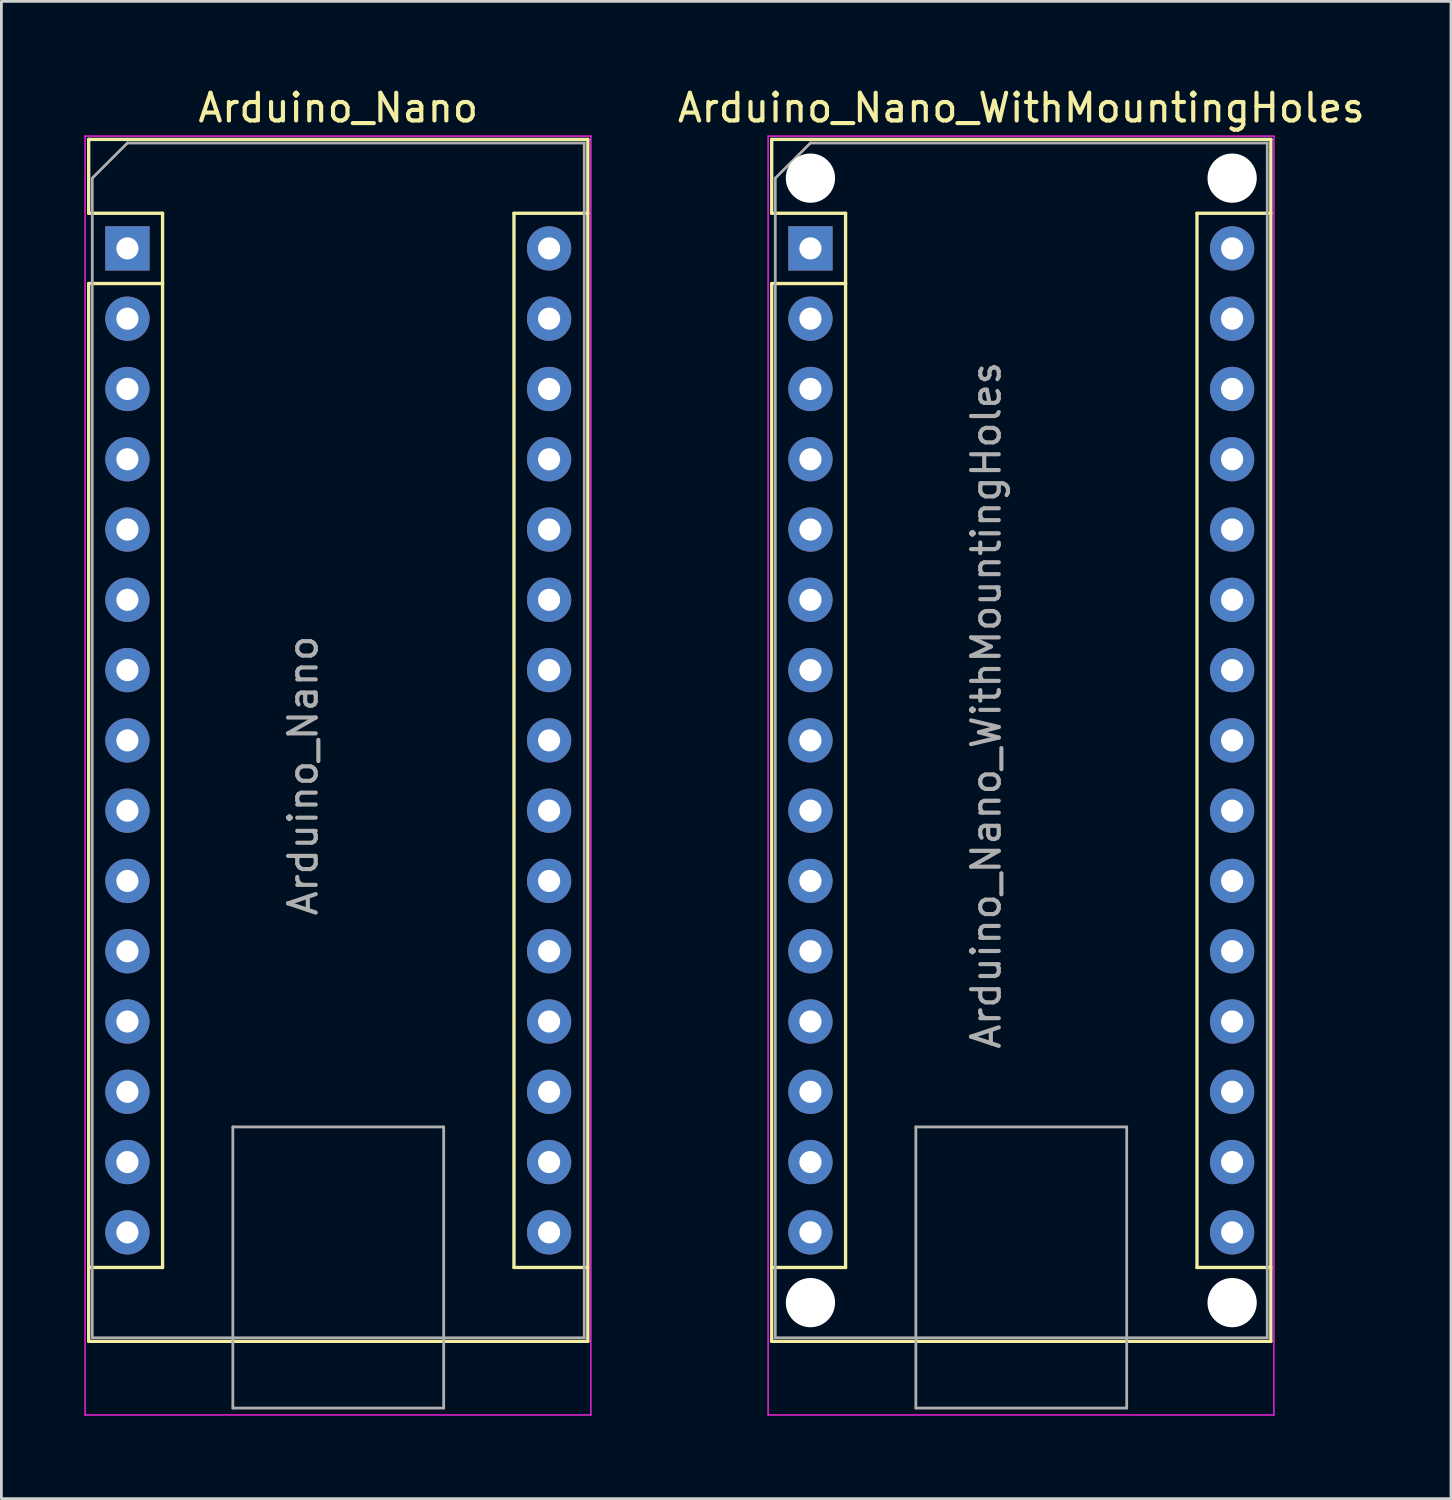
<source format=kicad_pcb>
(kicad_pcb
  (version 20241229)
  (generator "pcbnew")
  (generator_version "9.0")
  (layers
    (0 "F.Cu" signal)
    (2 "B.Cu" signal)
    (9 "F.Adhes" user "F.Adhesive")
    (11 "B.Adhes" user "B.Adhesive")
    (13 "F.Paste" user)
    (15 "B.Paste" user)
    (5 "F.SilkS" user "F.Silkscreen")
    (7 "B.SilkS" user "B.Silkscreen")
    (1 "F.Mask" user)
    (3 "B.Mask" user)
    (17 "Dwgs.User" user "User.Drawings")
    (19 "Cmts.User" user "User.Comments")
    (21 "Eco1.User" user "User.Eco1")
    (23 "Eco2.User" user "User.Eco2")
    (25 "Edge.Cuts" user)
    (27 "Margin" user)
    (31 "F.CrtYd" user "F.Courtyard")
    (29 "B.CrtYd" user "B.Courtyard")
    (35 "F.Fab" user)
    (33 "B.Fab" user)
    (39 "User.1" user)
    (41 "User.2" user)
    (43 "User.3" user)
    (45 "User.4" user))
  (footprint "Arduino_Nano"
    (layer "F.Cu")
    (at 1.555 5.928)
    (property "Reference" "Arduino_Nano" (at 7.62 -5.08 0) (layer "F.SilkS") (effects (font (size 1 1) (thickness 0.15))))
    (attr through_hole)
    (fp_line (start -1.4 -3.94) (end -1.4 -1.27) (stroke (width 0.12) (type solid)) (layer "F.SilkS"))
    (fp_line (start -1.4 1.27) (end -1.4 39.5) (stroke (width 0.12) (type solid)) (layer "F.SilkS"))
    (fp_line (start -1.4 39.5) (end 16.64 39.5) (stroke (width 0.12) (type solid)) (layer "F.SilkS"))
    (fp_line (start 1.27 -1.27) (end -1.4 -1.27) (stroke (width 0.12) (type solid)) (layer "F.SilkS"))
    (fp_line (start 1.27 1.27) (end -1.4 1.27) (stroke (width 0.12) (type solid)) (layer "F.SilkS"))
    (fp_line (start 1.27 1.27) (end 1.27 -1.27) (stroke (width 0.12) (type solid)) (layer "F.SilkS"))
    (fp_line (start 1.27 1.27) (end 1.27 36.83) (stroke (width 0.12) (type solid)) (layer "F.SilkS"))
    (fp_line (start 1.27 36.83) (end -1.4 36.83) (stroke (width 0.12) (type solid)) (layer "F.SilkS"))
    (fp_line (start 13.97 -1.27) (end 13.97 36.83) (stroke (width 0.12) (type solid)) (layer "F.SilkS"))
    (fp_line (start 13.97 -1.27) (end 16.64 -1.27) (stroke (width 0.12) (type solid)) (layer "F.SilkS"))
    (fp_line (start 13.97 36.83) (end 16.64 36.83) (stroke (width 0.12) (type solid)) (layer "F.SilkS"))
    (fp_line (start 16.64 -3.94) (end -1.4 -3.94) (stroke (width 0.12) (type solid)) (layer "F.SilkS"))
    (fp_line (start 16.64 39.5) (end 16.64 -3.94) (stroke (width 0.12) (type solid)) (layer "F.SilkS"))
    (fp_line (start -1.53 -4.06) (end -1.53 42.16) (stroke (width 0.05) (type solid)) (layer "F.CrtYd"))
    (fp_line (start -1.53 -4.06) (end 16.75 -4.06) (stroke (width 0.05) (type solid)) (layer "F.CrtYd"))
    (fp_line (start 16.75 42.16) (end -1.53 42.16) (stroke (width 0.05) (type solid)) (layer "F.CrtYd"))
    (fp_line (start 16.75 42.16) (end 16.75 -4.06) (stroke (width 0.05) (type solid)) (layer "F.CrtYd"))
    (fp_line (start -1.27 -2.54) (end 0 -3.81) (stroke (width 0.1) (type solid)) (layer "F.Fab"))
    (fp_line (start -1.27 39.37) (end -1.27 -2.54) (stroke (width 0.1) (type solid)) (layer "F.Fab"))
    (fp_line (start 0 -3.81) (end 16.51 -3.81) (stroke (width 0.1) (type solid)) (layer "F.Fab"))
    (fp_line (start 3.81 31.75) (end 11.43 31.75) (stroke (width 0.1) (type solid)) (layer "F.Fab"))
    (fp_line (start 3.81 41.91) (end 3.81 31.75) (stroke (width 0.1) (type solid)) (layer "F.Fab"))
    (fp_line (start 11.43 31.75) (end 11.43 41.91) (stroke (width 0.1) (type solid)) (layer "F.Fab"))
    (fp_line (start 11.43 41.91) (end 3.81 41.91) (stroke (width 0.1) (type solid)) (layer "F.Fab"))
    (fp_line (start 16.51 -3.81) (end 16.51 39.37) (stroke (width 0.1) (type solid)) (layer "F.Fab"))
    (fp_line (start 16.51 39.37) (end -1.27 39.37) (stroke (width 0.1) (type solid)) (layer "F.Fab"))
    (fp_text user "${REFERENCE}" (at 6.35 19.05 90) (layer "F.Fab") (effects (font (size 1 1) (thickness 0.15))))
    (pad "1" thru_hole rect (at 0 0) (size 1.6 1.6) (drill 0.8) (layers "*.Cu" "*.Mask"))
    (pad "2" thru_hole oval (at 0 2.54) (size 1.6 1.6) (drill 0.8) (layers "*.Cu" "*.Mask"))
    (pad "3" thru_hole oval (at 0 5.08) (size 1.6 1.6) (drill 0.8) (layers "*.Cu" "*.Mask"))
    (pad "4" thru_hole oval (at 0 7.62) (size 1.6 1.6) (drill 0.8) (layers "*.Cu" "*.Mask"))
    (pad "5" thru_hole oval (at 0 10.16) (size 1.6 1.6) (drill 0.8) (layers "*.Cu" "*.Mask"))
    (pad "6" thru_hole oval (at 0 12.7) (size 1.6 1.6) (drill 0.8) (layers "*.Cu" "*.Mask"))
    (pad "7" thru_hole oval (at 0 15.24) (size 1.6 1.6) (drill 0.8) (layers "*.Cu" "*.Mask"))
    (pad "8" thru_hole oval (at 0 17.78) (size 1.6 1.6) (drill 0.8) (layers "*.Cu" "*.Mask"))
    (pad "9" thru_hole oval (at 0 20.32) (size 1.6 1.6) (drill 0.8) (layers "*.Cu" "*.Mask"))
    (pad "10" thru_hole oval (at 0 22.86) (size 1.6 1.6) (drill 0.8) (layers "*.Cu" "*.Mask"))
    (pad "11" thru_hole oval (at 0 25.4) (size 1.6 1.6) (drill 0.8) (layers "*.Cu" "*.Mask"))
    (pad "12" thru_hole oval (at 0 27.94) (size 1.6 1.6) (drill 0.8) (layers "*.Cu" "*.Mask"))
    (pad "13" thru_hole oval (at 0 30.48) (size 1.6 1.6) (drill 0.8) (layers "*.Cu" "*.Mask"))
    (pad "14" thru_hole oval (at 0 33.02) (size 1.6 1.6) (drill 0.8) (layers "*.Cu" "*.Mask"))
    (pad "15" thru_hole oval (at 0 35.56) (size 1.6 1.6) (drill 0.8) (layers "*.Cu" "*.Mask"))
    (pad "16" thru_hole oval (at 15.24 35.56) (size 1.6 1.6) (drill 0.8) (layers "*.Cu" "*.Mask"))
    (pad "17" thru_hole oval (at 15.24 33.02) (size 1.6 1.6) (drill 0.8) (layers "*.Cu" "*.Mask"))
    (pad "18" thru_hole oval (at 15.24 30.48) (size 1.6 1.6) (drill 0.8) (layers "*.Cu" "*.Mask"))
    (pad "19" thru_hole oval (at 15.24 27.94) (size 1.6 1.6) (drill 0.8) (layers "*.Cu" "*.Mask"))
    (pad "20" thru_hole oval (at 15.24 25.4) (size 1.6 1.6) (drill 0.8) (layers "*.Cu" "*.Mask"))
    (pad "21" thru_hole oval (at 15.24 22.86) (size 1.6 1.6) (drill 0.8) (layers "*.Cu" "*.Mask"))
    (pad "22" thru_hole oval (at 15.24 20.32) (size 1.6 1.6) (drill 0.8) (layers "*.Cu" "*.Mask"))
    (pad "23" thru_hole oval (at 15.24 17.78) (size 1.6 1.6) (drill 0.8) (layers "*.Cu" "*.Mask"))
    (pad "24" thru_hole oval (at 15.24 15.24) (size 1.6 1.6) (drill 0.8) (layers "*.Cu" "*.Mask"))
    (pad "25" thru_hole oval (at 15.24 12.7) (size 1.6 1.6) (drill 0.8) (layers "*.Cu" "*.Mask"))
    (pad "26" thru_hole oval (at 15.24 10.16) (size 1.6 1.6) (drill 0.8) (layers "*.Cu" "*.Mask"))
    (pad "27" thru_hole oval (at 15.24 7.62) (size 1.6 1.6) (drill 0.8) (layers "*.Cu" "*.Mask"))
    (pad "28" thru_hole oval (at 15.24 5.08) (size 1.6 1.6) (drill 0.8) (layers "*.Cu" "*.Mask"))
    (pad "29" thru_hole oval (at 15.24 2.54) (size 1.6 1.6) (drill 0.8) (layers "*.Cu" "*.Mask"))
    (pad "30" thru_hole oval (at 15.24 0) (size 1.6 1.6) (drill 0.8) (layers "*.Cu" "*.Mask")))
  (footprint "Arduino_Nano_WithMountingHoles"
    (layer "F.Cu")
    (at 26.24 5.928)
    (property "Reference" "Arduino_Nano_WithMountingHoles" (at 7.62 -5.08 0) (layer "F.SilkS") (effects (font (size 1 1) (thickness 0.15))))
    (attr through_hole)
    (fp_line (start -1.4 -3.94) (end -1.4 -1.27) (stroke (width 0.12) (type solid)) (layer "F.SilkS"))
    (fp_line (start -1.4 1.27) (end -1.4 39.5) (stroke (width 0.12) (type solid)) (layer "F.SilkS"))
    (fp_line (start -1.4 39.5) (end 16.64 39.5) (stroke (width 0.12) (type solid)) (layer "F.SilkS"))
    (fp_line (start 1.27 -1.27) (end -1.4 -1.27) (stroke (width 0.12) (type solid)) (layer "F.SilkS"))
    (fp_line (start 1.27 1.27) (end -1.4 1.27) (stroke (width 0.12) (type solid)) (layer "F.SilkS"))
    (fp_line (start 1.27 1.27) (end 1.27 -1.27) (stroke (width 0.12) (type solid)) (layer "F.SilkS"))
    (fp_line (start 1.27 1.27) (end 1.27 36.83) (stroke (width 0.12) (type solid)) (layer "F.SilkS"))
    (fp_line (start 1.27 36.83) (end -1.4 36.83) (stroke (width 0.12) (type solid)) (layer "F.SilkS"))
    (fp_line (start 13.97 -1.27) (end 13.97 36.83) (stroke (width 0.12) (type solid)) (layer "F.SilkS"))
    (fp_line (start 13.97 -1.27) (end 16.64 -1.27) (stroke (width 0.12) (type solid)) (layer "F.SilkS"))
    (fp_line (start 13.97 36.83) (end 16.64 36.83) (stroke (width 0.12) (type solid)) (layer "F.SilkS"))
    (fp_line (start 16.64 -3.94) (end -1.4 -3.94) (stroke (width 0.12) (type solid)) (layer "F.SilkS"))
    (fp_line (start 16.64 39.5) (end 16.64 -3.94) (stroke (width 0.12) (type solid)) (layer "F.SilkS"))
    (fp_line (start -1.53 -4.06) (end -1.53 42.16) (stroke (width 0.05) (type solid)) (layer "F.CrtYd"))
    (fp_line (start -1.53 -4.06) (end 16.75 -4.06) (stroke (width 0.05) (type solid)) (layer "F.CrtYd"))
    (fp_line (start 16.75 42.16) (end -1.53 42.16) (stroke (width 0.05) (type solid)) (layer "F.CrtYd"))
    (fp_line (start 16.75 42.16) (end 16.75 -4.06) (stroke (width 0.05) (type solid)) (layer "F.CrtYd"))
    (fp_line (start -1.27 -2.54) (end 0 -3.81) (stroke (width 0.1) (type solid)) (layer "F.Fab"))
    (fp_line (start -1.27 39.37) (end -1.27 -2.54) (stroke (width 0.1) (type solid)) (layer "F.Fab"))
    (fp_line (start 0 -3.81) (end 16.51 -3.81) (stroke (width 0.1) (type solid)) (layer "F.Fab"))
    (fp_line (start 3.81 31.75) (end 11.43 31.75) (stroke (width 0.1) (type solid)) (layer "F.Fab"))
    (fp_line (start 3.81 41.91) (end 3.81 31.75) (stroke (width 0.1) (type solid)) (layer "F.Fab"))
    (fp_line (start 11.43 31.75) (end 11.43 41.91) (stroke (width 0.1) (type solid)) (layer "F.Fab"))
    (fp_line (start 11.43 41.91) (end 3.81 41.91) (stroke (width 0.1) (type solid)) (layer "F.Fab"))
    (fp_line (start 16.51 -3.81) (end 16.51 39.37) (stroke (width 0.1) (type solid)) (layer "F.Fab"))
    (fp_line (start 16.51 39.37) (end -1.27 39.37) (stroke (width 0.1) (type solid)) (layer "F.Fab"))
    (fp_text user "${REFERENCE}" (at 6.35 16.51 90) (layer "F.Fab") (effects (font (size 1 1) (thickness 0.15))))
    (pad "" np_thru_hole circle (at 0 -2.54) (size 1.78 1.78) (drill 1.78) (layers "*.Cu" "*.Mask"))
    (pad "" np_thru_hole circle (at 0 38.1) (size 1.78 1.78) (drill 1.78) (layers "*.Cu" "*.Mask"))
    (pad "" np_thru_hole circle (at 15.24 -2.54) (size 1.78 1.78) (drill 1.78) (layers "*.Cu" "*.Mask"))
    (pad "" np_thru_hole circle (at 15.24 38.1) (size 1.78 1.78) (drill 1.78) (layers "*.Cu" "*.Mask"))
    (pad "1" thru_hole rect (at 0 0) (size 1.6 1.6) (drill 0.8) (layers "*.Cu" "*.Mask"))
    (pad "2" thru_hole oval (at 0 2.54) (size 1.6 1.6) (drill 0.8) (layers "*.Cu" "*.Mask"))
    (pad "3" thru_hole oval (at 0 5.08) (size 1.6 1.6) (drill 0.8) (layers "*.Cu" "*.Mask"))
    (pad "4" thru_hole oval (at 0 7.62) (size 1.6 1.6) (drill 0.8) (layers "*.Cu" "*.Mask"))
    (pad "5" thru_hole oval (at 0 10.16) (size 1.6 1.6) (drill 0.8) (layers "*.Cu" "*.Mask"))
    (pad "6" thru_hole oval (at 0 12.7) (size 1.6 1.6) (drill 0.8) (layers "*.Cu" "*.Mask"))
    (pad "7" thru_hole oval (at 0 15.24) (size 1.6 1.6) (drill 0.8) (layers "*.Cu" "*.Mask"))
    (pad "8" thru_hole oval (at 0 17.78) (size 1.6 1.6) (drill 0.8) (layers "*.Cu" "*.Mask"))
    (pad "9" thru_hole oval (at 0 20.32) (size 1.6 1.6) (drill 0.8) (layers "*.Cu" "*.Mask"))
    (pad "10" thru_hole oval (at 0 22.86) (size 1.6 1.6) (drill 0.8) (layers "*.Cu" "*.Mask"))
    (pad "11" thru_hole oval (at 0 25.4) (size 1.6 1.6) (drill 0.8) (layers "*.Cu" "*.Mask"))
    (pad "12" thru_hole oval (at 0 27.94) (size 1.6 1.6) (drill 0.8) (layers "*.Cu" "*.Mask"))
    (pad "13" thru_hole oval (at 0 30.48) (size 1.6 1.6) (drill 0.8) (layers "*.Cu" "*.Mask"))
    (pad "14" thru_hole oval (at 0 33.02) (size 1.6 1.6) (drill 0.8) (layers "*.Cu" "*.Mask"))
    (pad "15" thru_hole oval (at 0 35.56) (size 1.6 1.6) (drill 0.8) (layers "*.Cu" "*.Mask"))
    (pad "16" thru_hole oval (at 15.24 35.56) (size 1.6 1.6) (drill 0.8) (layers "*.Cu" "*.Mask"))
    (pad "17" thru_hole oval (at 15.24 33.02) (size 1.6 1.6) (drill 0.8) (layers "*.Cu" "*.Mask"))
    (pad "18" thru_hole oval (at 15.24 30.48) (size 1.6 1.6) (drill 0.8) (layers "*.Cu" "*.Mask"))
    (pad "19" thru_hole oval (at 15.24 27.94) (size 1.6 1.6) (drill 0.8) (layers "*.Cu" "*.Mask"))
    (pad "20" thru_hole oval (at 15.24 25.4) (size 1.6 1.6) (drill 0.8) (layers "*.Cu" "*.Mask"))
    (pad "21" thru_hole oval (at 15.24 22.86) (size 1.6 1.6) (drill 0.8) (layers "*.Cu" "*.Mask"))
    (pad "22" thru_hole oval (at 15.24 20.32) (size 1.6 1.6) (drill 0.8) (layers "*.Cu" "*.Mask"))
    (pad "23" thru_hole oval (at 15.24 17.78) (size 1.6 1.6) (drill 0.8) (layers "*.Cu" "*.Mask"))
    (pad "24" thru_hole oval (at 15.24 15.24) (size 1.6 1.6) (drill 0.8) (layers "*.Cu" "*.Mask"))
    (pad "25" thru_hole oval (at 15.24 12.7) (size 1.6 1.6) (drill 0.8) (layers "*.Cu" "*.Mask"))
    (pad "26" thru_hole oval (at 15.24 10.16) (size 1.6 1.6) (drill 0.8) (layers "*.Cu" "*.Mask"))
    (pad "27" thru_hole oval (at 15.24 7.62) (size 1.6 1.6) (drill 0.8) (layers "*.Cu" "*.Mask"))
    (pad "28" thru_hole oval (at 15.24 5.08) (size 1.6 1.6) (drill 0.8) (layers "*.Cu" "*.Mask"))
    (pad "29" thru_hole oval (at 15.24 2.54) (size 1.6 1.6) (drill 0.8) (layers "*.Cu" "*.Mask"))
    (pad "30" thru_hole oval (at 15.24 0) (size 1.6 1.6) (drill 0.8) (layers "*.Cu" "*.Mask")))
  (gr_rect
    (start -3 -3)
    (end 49.39 51.113)
    (stroke (width 0.1) (type default))
    (fill no)
    (layer "Edge.Cuts")))
</source>
